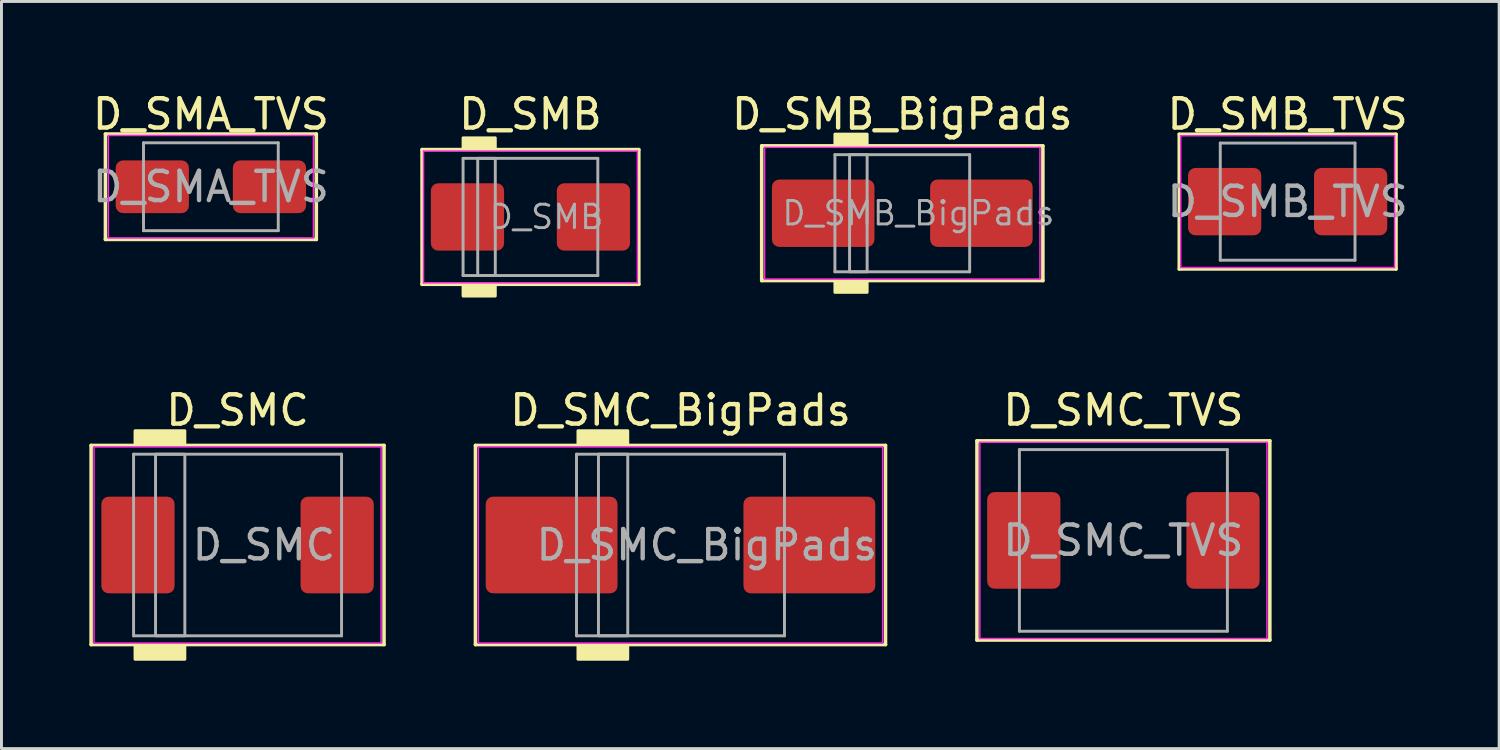
<source format=kicad_pcb>
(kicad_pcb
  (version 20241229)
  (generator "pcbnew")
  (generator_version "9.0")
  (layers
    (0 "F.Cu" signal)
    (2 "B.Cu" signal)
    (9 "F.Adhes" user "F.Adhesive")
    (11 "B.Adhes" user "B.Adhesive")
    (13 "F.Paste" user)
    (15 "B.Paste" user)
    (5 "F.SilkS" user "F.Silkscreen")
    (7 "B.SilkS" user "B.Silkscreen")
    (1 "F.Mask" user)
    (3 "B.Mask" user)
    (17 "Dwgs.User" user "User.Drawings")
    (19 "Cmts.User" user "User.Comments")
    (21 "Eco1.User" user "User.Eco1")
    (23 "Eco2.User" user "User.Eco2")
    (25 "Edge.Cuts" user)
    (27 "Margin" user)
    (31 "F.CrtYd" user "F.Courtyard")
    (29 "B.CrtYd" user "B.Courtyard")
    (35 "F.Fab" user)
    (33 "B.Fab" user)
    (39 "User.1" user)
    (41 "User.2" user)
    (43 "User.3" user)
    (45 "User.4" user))
  (footprint "D_SMC_BigPads"
    (layer "F.Cu")
    (at 20.18 15.555)
    (property "Reference" "D_SMC_BigPads" (at 0 -4.6 0) (layer "F.SilkS") (effects (font (size 1 1) (thickness 0.15))))
    (attr smd)
    (fp_line (start -7 -3.4) (end -7 3.4) (stroke (width 0.12) (type solid)) (layer "F.SilkS"))
    (fp_line (start -7 3.4) (end 7 3.4) (stroke (width 0.12) (type solid)) (layer "F.SilkS"))
    (fp_line (start 7 -3.4) (end -7 -3.4) (stroke (width 0.12) (type solid)) (layer "F.SilkS"))
    (fp_line (start 7 3.4) (end 7 -3.4) (stroke (width 0.12) (type solid)) (layer "F.SilkS"))
    (fp_poly (pts (xy -1.8 -3.4) (xy -3.5 -3.4) (xy -3.5 -3.9) (xy -1.8 -3.9)) (stroke (width 0.1) (type solid)) (fill yes) (layer "F.SilkS"))
    (fp_poly (pts (xy -1.8 3.9) (xy -3.5 3.9) (xy -3.5 3.4) (xy -1.8 3.4)) (stroke (width 0.1) (type solid)) (fill yes) (layer "F.SilkS"))
    (fp_line (start -6.9 -3.35) (end 6.9 -3.35) (stroke (width 0.05) (type solid)) (layer "F.CrtYd"))
    (fp_line (start -6.9 3.35) (end -6.9 -3.35) (stroke (width 0.05) (type solid)) (layer "F.CrtYd"))
    (fp_line (start 6.9 -3.35) (end 6.9 3.35) (stroke (width 0.05) (type solid)) (layer "F.CrtYd"))
    (fp_line (start 6.9 3.35) (end -6.9 3.35) (stroke (width 0.05) (type solid)) (layer "F.CrtYd"))
    (fp_line (start -3.55 3.1) (end -3.55 -3.1) (stroke (width 0.1) (type solid)) (layer "F.Fab"))
    (fp_line (start 3.55 -3.1) (end -3.55 -3.1) (stroke (width 0.1) (type solid)) (layer "F.Fab"))
    (fp_line (start 3.55 -3.1) (end 3.55 3.1) (stroke (width 0.1) (type solid)) (layer "F.Fab"))
    (fp_line (start 3.55 3.1) (end -3.55 3.1) (stroke (width 0.1) (type solid)) (layer "F.Fab"))
    (fp_rect (start -2.8 -3.1) (end -1.8 3.1) (stroke (width 0.1) (type solid)) (fill no) (layer "F.Fab"))
    (fp_text user "${REFERENCE}" (at 0.9 0 0) (layer "F.Fab") (effects (font (size 1 1) (thickness 0.15))))
    (pad "1" smd roundrect (at -4.4 0 90) (size 3.3 4.5) (layers "F.Cu" "F.Mask" "F.Paste") (roundrect_rratio 0.076))
    (pad "2" smd roundrect (at 4.4 0 90) (size 3.3 4.5) (layers "F.Cu" "F.Mask" "F.Paste") (roundrect_rratio 0.076)))
  (footprint "D_SMC_TVS"
    (layer "F.Cu")
    (at 35.3 15.399)
    (property "Reference" "D_SMC_TVS" (at 0 -4.445 0) (layer "F.SilkS") (effects (font (size 1 1) (thickness 0.15))))
    (attr smd)
    (fp_line (start -5 -3.4) (end -5 3.4) (stroke (width 0.12) (type solid)) (layer "F.SilkS"))
    (fp_line (start -5 3.4) (end 5 3.4) (stroke (width 0.12) (type solid)) (layer "F.SilkS"))
    (fp_line (start 5 -3.4) (end -5 -3.4) (stroke (width 0.12) (type solid)) (layer "F.SilkS"))
    (fp_line (start 5 3.4) (end 5 -3.4) (stroke (width 0.12) (type solid)) (layer "F.SilkS"))
    (fp_line (start -4.9 -3.35) (end 4.9 -3.35) (stroke (width 0.05) (type solid)) (layer "F.CrtYd"))
    (fp_line (start -4.9 3.35) (end -4.9 -3.35) (stroke (width 0.05) (type solid)) (layer "F.CrtYd"))
    (fp_line (start 4.9 -3.35) (end 4.9 3.35) (stroke (width 0.05) (type solid)) (layer "F.CrtYd"))
    (fp_line (start 4.9 3.35) (end -4.9 3.35) (stroke (width 0.05) (type solid)) (layer "F.CrtYd"))
    (fp_line (start -3.55 3.1) (end -3.55 -3.1) (stroke (width 0.1) (type solid)) (layer "F.Fab"))
    (fp_line (start 3.55 -3.1) (end -3.55 -3.1) (stroke (width 0.1) (type solid)) (layer "F.Fab"))
    (fp_line (start 3.55 -3.1) (end 3.55 3.1) (stroke (width 0.1) (type solid)) (layer "F.Fab"))
    (fp_line (start 3.55 3.1) (end -3.55 3.1) (stroke (width 0.1) (type solid)) (layer "F.Fab"))
    (fp_text user "${REFERENCE}" (at 0 0 0) (layer "F.Fab") (effects (font (size 1 1) (thickness 0.15))))
    (pad "1" smd roundrect (at -3.4 0 90) (size 3.3 2.5) (layers "F.Cu" "F.Mask" "F.Paste") (roundrect_rratio 0.1))
    (pad "2" smd roundrect (at 3.4 0 90) (size 3.3 2.5) (layers "F.Cu" "F.Mask" "F.Paste") (roundrect_rratio 0.1)))
  (footprint "D_SMB"
    (layer "F.Cu")
    (at 15.058 4.356)
    (property "Reference" "D_SMB" (at 0 -3.508 0) (layer "F.SilkS") (effects (font (size 1 1) (thickness 0.15))))
    (attr smd)
    (fp_line (start -3.7 -2.3) (end -3.7 2.3) (stroke (width 0.12) (type solid)) (layer "F.SilkS"))
    (fp_line (start -3.7 2.3) (end 3.7 2.3) (stroke (width 0.12) (type solid)) (layer "F.SilkS"))
    (fp_line (start 3.7 -2.3) (end -3.7 -2.3) (stroke (width 0.12) (type solid)) (layer "F.SilkS"))
    (fp_line (start 3.7 2.3) (end 3.7 -2.3) (stroke (width 0.12) (type solid)) (layer "F.SilkS"))
    (fp_poly (pts (xy -1.2 -2.3) (xy -2.3 -2.3) (xy -2.3 -2.7) (xy -1.2 -2.7)) (stroke (width 0.1) (type solid)) (fill yes) (layer "F.SilkS"))
    (fp_poly (pts (xy -1.2 2.7) (xy -2.3 2.7) (xy -2.3 2.3) (xy -1.2 2.3)) (stroke (width 0.1) (type solid)) (fill yes) (layer "F.SilkS"))
    (fp_line (start -3.65 -2.25) (end 3.65 -2.25) (stroke (width 0.05) (type solid)) (layer "F.CrtYd"))
    (fp_line (start -3.65 2.25) (end -3.65 -2.25) (stroke (width 0.05) (type solid)) (layer "F.CrtYd"))
    (fp_line (start 3.65 -2.25) (end 3.65 2.25) (stroke (width 0.05) (type solid)) (layer "F.CrtYd"))
    (fp_line (start 3.65 2.25) (end -3.65 2.25) (stroke (width 0.05) (type solid)) (layer "F.CrtYd"))
    (fp_line (start -2.3 2) (end -2.3 -2) (stroke (width 0.1) (type solid)) (layer "F.Fab"))
    (fp_line (start 2.3 -2) (end -2.3 -2) (stroke (width 0.1) (type solid)) (layer "F.Fab"))
    (fp_line (start 2.3 -2) (end 2.3 2) (stroke (width 0.1) (type solid)) (layer "F.Fab"))
    (fp_line (start 2.3 2) (end -2.3 2) (stroke (width 0.1) (type solid)) (layer "F.Fab"))
    (fp_rect (start -1.8 -2) (end -1.2 2) (stroke (width 0.1) (type solid)) (fill no) (layer "F.Fab"))
    (fp_text user "${REFERENCE}" (at 0.55 0 0) (layer "F.Fab") (effects (font (size 0.8 0.8) (thickness 0.1))))
    (pad "1" smd roundrect (at -2.15 0) (size 2.5 2.3) (layers "F.Cu" "F.Mask" "F.Paste") (roundrect_rratio 0.109))
    (pad "2" smd roundrect (at 2.15 0) (size 2.5 2.3) (layers "F.Cu" "F.Mask" "F.Paste") (roundrect_rratio 0.109)))
  (footprint "D_SMA_TVS"
    (layer "F.Cu")
    (at 4.149 3.325)
    (property "Reference" "D_SMA_TVS" (at 0 -2.477 0) (layer "F.SilkS") (effects (font (size 1 1) (thickness 0.15))))
    (attr smd)
    (fp_line (start -3.6 -1.8) (end -3.6 1.8) (stroke (width 0.12) (type solid)) (layer "F.SilkS"))
    (fp_line (start -3.6 1.8) (end 3.6 1.8) (stroke (width 0.12) (type solid)) (layer "F.SilkS"))
    (fp_line (start 3.6 -1.8) (end -3.6 -1.8) (stroke (width 0.12) (type solid)) (layer "F.SilkS"))
    (fp_line (start 3.6 1.8) (end 3.6 -1.8) (stroke (width 0.12) (type solid)) (layer "F.SilkS"))
    (fp_line (start -3.5 -1.75) (end 3.5 -1.75) (stroke (width 0.05) (type solid)) (layer "F.CrtYd"))
    (fp_line (start -3.5 1.75) (end -3.5 -1.75) (stroke (width 0.05) (type solid)) (layer "F.CrtYd"))
    (fp_line (start 3.5 -1.75) (end 3.5 1.75) (stroke (width 0.05) (type solid)) (layer "F.CrtYd"))
    (fp_line (start 3.5 1.75) (end -3.5 1.75) (stroke (width 0.05) (type solid)) (layer "F.CrtYd"))
    (fp_line (start -2.3 1.5) (end -2.3 -1.5) (stroke (width 0.1) (type solid)) (layer "F.Fab"))
    (fp_line (start 2.3 -1.5) (end -2.3 -1.5) (stroke (width 0.1) (type solid)) (layer "F.Fab"))
    (fp_line (start 2.3 -1.5) (end 2.3 1.5) (stroke (width 0.1) (type solid)) (layer "F.Fab"))
    (fp_line (start 2.3 1.5) (end -2.3 1.5) (stroke (width 0.1) (type solid)) (layer "F.Fab"))
    (fp_text user "${REFERENCE}" (at 0 0 0) (layer "F.Fab") (effects (font (size 1 1) (thickness 0.15))))
    (pad "1" smd roundrect (at -2 0) (size 2.5 1.8) (layers "F.Cu" "F.Mask" "F.Paste") (roundrect_rratio 0.139))
    (pad "2" smd roundrect (at 2 0) (size 2.5 1.8) (layers "F.Cu" "F.Mask" "F.Paste") (roundrect_rratio 0.139)))
  (footprint "D_SMB_BigPads"
    (layer "F.Cu")
    (at 27.752 4.229)
    (property "Reference" "D_SMB_BigPads" (at 0 -3.381 0) (layer "F.SilkS") (effects (font (size 1 1) (thickness 0.15))))
    (attr smd)
    (fp_line (start -4.8 -2.3) (end -4.8 2.3) (stroke (width 0.12) (type solid)) (layer "F.SilkS"))
    (fp_line (start -4.8 2.3) (end 4.8 2.3) (stroke (width 0.12) (type solid)) (layer "F.SilkS"))
    (fp_line (start 4.8 -2.3) (end -4.8 -2.3) (stroke (width 0.12) (type solid)) (layer "F.SilkS"))
    (fp_line (start 4.8 2.3) (end 4.8 -2.3) (stroke (width 0.12) (type solid)) (layer "F.SilkS"))
    (fp_poly (pts (xy -1.2 -2.3) (xy -2.3 -2.3) (xy -2.3 -2.7) (xy -1.2 -2.7)) (stroke (width 0.1) (type solid)) (fill yes) (layer "F.SilkS"))
    (fp_poly (pts (xy -1.2 2.7) (xy -2.3 2.7) (xy -2.3 2.3) (xy -1.2 2.3)) (stroke (width 0.1) (type solid)) (fill yes) (layer "F.SilkS"))
    (fp_line (start -4.7 -2.25) (end 4.7 -2.25) (stroke (width 0.05) (type solid)) (layer "F.CrtYd"))
    (fp_line (start -4.7 2.25) (end -4.7 -2.25) (stroke (width 0.05) (type solid)) (layer "F.CrtYd"))
    (fp_line (start 4.7 -2.25) (end 4.7 2.25) (stroke (width 0.05) (type solid)) (layer "F.CrtYd"))
    (fp_line (start 4.7 2.25) (end -4.7 2.25) (stroke (width 0.05) (type solid)) (layer "F.CrtYd"))
    (fp_line (start -2.3 2) (end -2.3 -2) (stroke (width 0.1) (type solid)) (layer "F.Fab"))
    (fp_line (start 2.3 -2) (end -2.3 -2) (stroke (width 0.1) (type solid)) (layer "F.Fab"))
    (fp_line (start 2.3 -2) (end 2.3 2) (stroke (width 0.1) (type solid)) (layer "F.Fab"))
    (fp_line (start 2.3 2) (end -2.3 2) (stroke (width 0.1) (type solid)) (layer "F.Fab"))
    (fp_rect (start -1.8 -2) (end -1.2 2) (stroke (width 0.1) (type solid)) (fill no) (layer "F.Fab"))
    (fp_text user "${REFERENCE}" (at 0.55 0 0) (layer "F.Fab") (effects (font (size 0.8 0.8) (thickness 0.1))))
    (pad "1" smd roundrect (at -2.7 0) (size 3.5 2.3) (layers "F.Cu" "F.Mask" "F.Paste") (roundrect_rratio 0.109))
    (pad "2" smd roundrect (at 2.7 0) (size 3.5 2.3) (layers "F.Cu" "F.Mask" "F.Paste") (roundrect_rratio 0.109)))
  (footprint "D_SMC"
    (layer "F.Cu")
    (at 5.06 15.555)
    (property "Reference" "D_SMC" (at 0 -4.6 0) (layer "F.SilkS") (effects (font (size 1 1) (thickness 0.15))))
    (attr smd)
    (fp_line (start -5 -3.4) (end -5 3.4) (stroke (width 0.12) (type solid)) (layer "F.SilkS"))
    (fp_line (start -5 3.4) (end 5 3.4) (stroke (width 0.12) (type solid)) (layer "F.SilkS"))
    (fp_line (start 5 -3.4) (end -5 -3.4) (stroke (width 0.12) (type solid)) (layer "F.SilkS"))
    (fp_line (start 5 3.4) (end 5 -3.4) (stroke (width 0.12) (type solid)) (layer "F.SilkS"))
    (fp_poly (pts (xy -1.8 -3.4) (xy -3.5 -3.4) (xy -3.5 -3.9) (xy -1.8 -3.9)) (stroke (width 0.1) (type solid)) (fill yes) (layer "F.SilkS"))
    (fp_poly (pts (xy -1.8 3.9) (xy -3.5 3.9) (xy -3.5 3.4) (xy -1.8 3.4)) (stroke (width 0.1) (type solid)) (fill yes) (layer "F.SilkS"))
    (fp_line (start -4.9 -3.35) (end 4.9 -3.35) (stroke (width 0.05) (type solid)) (layer "F.CrtYd"))
    (fp_line (start -4.9 3.35) (end -4.9 -3.35) (stroke (width 0.05) (type solid)) (layer "F.CrtYd"))
    (fp_line (start 4.9 -3.35) (end 4.9 3.35) (stroke (width 0.05) (type solid)) (layer "F.CrtYd"))
    (fp_line (start 4.9 3.35) (end -4.9 3.35) (stroke (width 0.05) (type solid)) (layer "F.CrtYd"))
    (fp_line (start -3.55 3.1) (end -3.55 -3.1) (stroke (width 0.1) (type solid)) (layer "F.Fab"))
    (fp_line (start 3.55 -3.1) (end -3.55 -3.1) (stroke (width 0.1) (type solid)) (layer "F.Fab"))
    (fp_line (start 3.55 -3.1) (end 3.55 3.1) (stroke (width 0.1) (type solid)) (layer "F.Fab"))
    (fp_line (start 3.55 3.1) (end -3.55 3.1) (stroke (width 0.1) (type solid)) (layer "F.Fab"))
    (fp_rect (start -2.8 -3.1) (end -1.8 3.1) (stroke (width 0.1) (type solid)) (fill no) (layer "F.Fab"))
    (fp_text user "${REFERENCE}" (at 0.9 0 0) (layer "F.Fab") (effects (font (size 1 1) (thickness 0.15))))
    (pad "1" smd roundrect (at -3.4 0 90) (size 3.3 2.5) (layers "F.Cu" "F.Mask" "F.Paste") (roundrect_rratio 0.1))
    (pad "2" smd roundrect (at 3.4 0 90) (size 3.3 2.5) (layers "F.Cu" "F.Mask" "F.Paste") (roundrect_rratio 0.1)))
  (footprint "D_SMB_TVS"
    (layer "F.Cu")
    (at 40.907 3.833)
    (property "Reference" "D_SMB_TVS" (at 0 -2.985 0) (layer "F.SilkS") (effects (font (size 1 1) (thickness 0.15))))
    (attr smd)
    (fp_line (start -3.7 -2.3) (end -3.7 2.3) (stroke (width 0.12) (type solid)) (layer "F.SilkS"))
    (fp_line (start -3.7 2.3) (end 3.7 2.3) (stroke (width 0.12) (type solid)) (layer "F.SilkS"))
    (fp_line (start 3.7 -2.3) (end -3.7 -2.3) (stroke (width 0.12) (type solid)) (layer "F.SilkS"))
    (fp_line (start 3.7 2.3) (end 3.7 -2.3) (stroke (width 0.12) (type solid)) (layer "F.SilkS"))
    (fp_line (start -3.65 -2.25) (end 3.65 -2.25) (stroke (width 0.05) (type solid)) (layer "F.CrtYd"))
    (fp_line (start -3.65 2.25) (end -3.65 -2.25) (stroke (width 0.05) (type solid)) (layer "F.CrtYd"))
    (fp_line (start 3.65 -2.25) (end 3.65 2.25) (stroke (width 0.05) (type solid)) (layer "F.CrtYd"))
    (fp_line (start 3.65 2.25) (end -3.65 2.25) (stroke (width 0.05) (type solid)) (layer "F.CrtYd"))
    (fp_line (start -2.3 2) (end -2.3 -2) (stroke (width 0.1) (type solid)) (layer "F.Fab"))
    (fp_line (start 2.3 -2) (end -2.3 -2) (stroke (width 0.1) (type solid)) (layer "F.Fab"))
    (fp_line (start 2.3 -2) (end 2.3 2) (stroke (width 0.1) (type solid)) (layer "F.Fab"))
    (fp_line (start 2.3 2) (end -2.3 2) (stroke (width 0.1) (type solid)) (layer "F.Fab"))
    (fp_text user "${REFERENCE}" (at 0 0 0) (layer "F.Fab") (effects (font (size 1 1) (thickness 0.15))))
    (pad "1" smd roundrect (at -2.15 0) (size 2.5 2.3) (layers "F.Cu" "F.Mask" "F.Paste") (roundrect_rratio 0.109))
    (pad "2" smd roundrect (at 2.15 0) (size 2.5 2.3) (layers "F.Cu" "F.Mask" "F.Paste") (roundrect_rratio 0.109)))
  (gr_rect
    (start -3 -3)
    (end 48.127 22.505)
    (stroke (width 0.1) (type default))
    (fill no)
    (layer "Edge.Cuts")))
</source>
